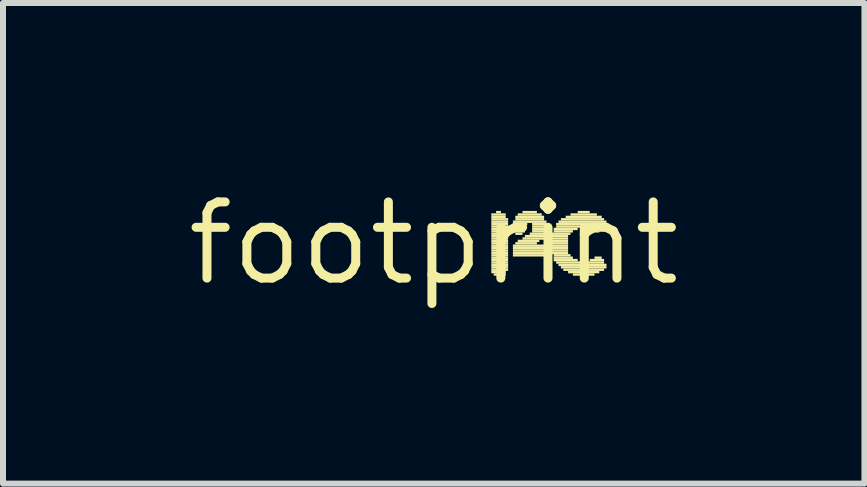
<source format=kicad_pcb>
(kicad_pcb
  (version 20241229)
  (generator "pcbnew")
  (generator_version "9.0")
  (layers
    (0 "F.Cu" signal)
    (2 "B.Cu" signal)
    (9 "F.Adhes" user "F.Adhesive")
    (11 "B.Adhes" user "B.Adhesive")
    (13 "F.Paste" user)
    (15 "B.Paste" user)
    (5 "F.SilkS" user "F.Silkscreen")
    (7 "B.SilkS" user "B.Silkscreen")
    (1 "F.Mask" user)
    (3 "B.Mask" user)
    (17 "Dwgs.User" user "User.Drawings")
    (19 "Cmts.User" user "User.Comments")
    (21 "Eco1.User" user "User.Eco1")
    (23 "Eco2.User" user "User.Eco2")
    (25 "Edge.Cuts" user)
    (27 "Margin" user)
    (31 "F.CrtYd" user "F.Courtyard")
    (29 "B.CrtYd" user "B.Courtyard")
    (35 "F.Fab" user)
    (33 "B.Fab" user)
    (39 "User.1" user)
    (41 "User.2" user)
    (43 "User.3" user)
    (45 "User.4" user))
  (footprint "footprint"
    (layer "F.Cu")
    (at 4.18 1.006)
    (property "Reference" "footprint" (at 0 0 0) (layer "F.SilkS") (effects (font (size 1.27 1.27) (thickness 0.15))))
    (fp_poly (pts (xy 0.96 -0.46) (xy 1.2 -0.46) (xy 1.2 -0.5) (xy 0.96 -0.5)) (stroke (width 0) (type solid)) (fill yes) (layer "F.SilkS"))
    (fp_poly (pts (xy 0.96 -0.42) (xy 1.2 -0.42) (xy 1.2 -0.46) (xy 0.96 -0.46)) (stroke (width 0) (type solid)) (fill yes) (layer "F.SilkS"))
    (fp_poly (pts (xy 0.96 -0.38) (xy 1.24 -0.38) (xy 1.24 -0.42) (xy 0.96 -0.42)) (stroke (width 0) (type solid)) (fill yes) (layer "F.SilkS"))
    (fp_poly (pts (xy 0.96 -0.34) (xy 1.24 -0.34) (xy 1.24 -0.38) (xy 0.96 -0.38)) (stroke (width 0) (type solid)) (fill yes) (layer "F.SilkS"))
    (fp_poly (pts (xy 0.96 -0.3) (xy 1.24 -0.3) (xy 1.24 -0.34) (xy 0.96 -0.34)) (stroke (width 0) (type solid)) (fill yes) (layer "F.SilkS"))
    (fp_poly (pts (xy 0.96 -0.26) (xy 1.24 -0.26) (xy 1.24 -0.3) (xy 0.96 -0.3)) (stroke (width 0) (type solid)) (fill yes) (layer "F.SilkS"))
    (fp_poly (pts (xy 0.96 -0.22) (xy 1.24 -0.22) (xy 1.24 -0.26) (xy 0.96 -0.26)) (stroke (width 0) (type solid)) (fill yes) (layer "F.SilkS"))
    (fp_poly (pts (xy 0.96 -0.18) (xy 1.24 -0.18) (xy 1.24 -0.22) (xy 0.96 -0.22)) (stroke (width 0) (type solid)) (fill yes) (layer "F.SilkS"))
    (fp_poly (pts (xy 0.96 -0.14) (xy 1.24 -0.14) (xy 1.24 -0.18) (xy 0.96 -0.18)) (stroke (width 0) (type solid)) (fill yes) (layer "F.SilkS"))
    (fp_poly (pts (xy 0.96 -0.1) (xy 1.24 -0.1) (xy 1.24 -0.14) (xy 0.96 -0.14)) (stroke (width 0) (type solid)) (fill yes) (layer "F.SilkS"))
    (fp_poly (pts (xy 0.96 -0.06) (xy 1.24 -0.06) (xy 1.24 -0.1) (xy 0.96 -0.1)) (stroke (width 0) (type solid)) (fill yes) (layer "F.SilkS"))
    (fp_poly (pts (xy 0.96 -0.02) (xy 1.24 -0.02) (xy 1.24 -0.06) (xy 0.96 -0.06)) (stroke (width 0) (type solid)) (fill yes) (layer "F.SilkS"))
    (fp_poly (pts (xy 0.96 0.02) (xy 1.24 0.02) (xy 1.24 -0.02) (xy 0.96 -0.02)) (stroke (width 0) (type solid)) (fill yes) (layer "F.SilkS"))
    (fp_poly (pts (xy 0.96 0.06) (xy 1.24 0.06) (xy 1.24 0.02) (xy 0.96 0.02)) (stroke (width 0) (type solid)) (fill yes) (layer "F.SilkS"))
    (fp_poly (pts (xy 0.96 0.1) (xy 1.24 0.1) (xy 1.24 0.06) (xy 0.96 0.06)) (stroke (width 0) (type solid)) (fill yes) (layer "F.SilkS"))
    (fp_poly (pts (xy 0.96 0.14) (xy 1.24 0.14) (xy 1.24 0.1) (xy 0.96 0.1)) (stroke (width 0) (type solid)) (fill yes) (layer "F.SilkS"))
    (fp_poly (pts (xy 0.96 0.18) (xy 1.24 0.18) (xy 1.24 0.14) (xy 0.96 0.14)) (stroke (width 0) (type solid)) (fill yes) (layer "F.SilkS"))
    (fp_poly (pts (xy 0.96 0.22) (xy 1.24 0.22) (xy 1.24 0.18) (xy 0.96 0.18)) (stroke (width 0) (type solid)) (fill yes) (layer "F.SilkS"))
    (fp_poly (pts (xy 0.96 0.26) (xy 1.24 0.26) (xy 1.24 0.22) (xy 0.96 0.22)) (stroke (width 0) (type solid)) (fill yes) (layer "F.SilkS"))
    (fp_poly (pts (xy 0.96 0.3) (xy 1.24 0.3) (xy 1.24 0.26) (xy 0.96 0.26)) (stroke (width 0) (type solid)) (fill yes) (layer "F.SilkS"))
    (fp_poly (pts (xy 0.96 0.34) (xy 1.24 0.34) (xy 1.24 0.3) (xy 0.96 0.3)) (stroke (width 0) (type solid)) (fill yes) (layer "F.SilkS"))
    (fp_poly (pts (xy 0.96 0.38) (xy 1.24 0.38) (xy 1.24 0.34) (xy 0.96 0.34)) (stroke (width 0) (type solid)) (fill yes) (layer "F.SilkS"))
    (fp_poly (pts (xy 0.96 0.42) (xy 1.24 0.42) (xy 1.24 0.38) (xy 0.96 0.38)) (stroke (width 0) (type solid)) (fill yes) (layer "F.SilkS"))
    (fp_poly (pts (xy 0.96 0.46) (xy 1.24 0.46) (xy 1.24 0.42) (xy 0.96 0.42)) (stroke (width 0) (type solid)) (fill yes) (layer "F.SilkS"))
    (fp_poly (pts (xy 0.96 0.5) (xy 1.2 0.5) (xy 1.2 0.46) (xy 0.96 0.46)) (stroke (width 0) (type solid)) (fill yes) (layer "F.SilkS"))
    (fp_poly (pts (xy 1 0.54) (xy 1.2 0.54) (xy 1.2 0.5) (xy 1 0.5)) (stroke (width 0) (type solid)) (fill yes) (layer "F.SilkS"))
    (fp_poly (pts (xy 1.04 -0.5) (xy 1.12 -0.5) (xy 1.12 -0.54) (xy 1.04 -0.54)) (stroke (width 0) (type solid)) (fill yes) (layer "F.SilkS"))
    (fp_poly (pts (xy 1.32 -0.34) (xy 1.88 -0.34) (xy 1.88 -0.38) (xy 1.32 -0.38)) (stroke (width 0) (type solid)) (fill yes) (layer "F.SilkS"))
    (fp_poly (pts (xy 1.32 -0.3) (xy 1.56 -0.3) (xy 1.56 -0.34) (xy 1.32 -0.34)) (stroke (width 0) (type solid)) (fill yes) (layer "F.SilkS"))
    (fp_poly (pts (xy 1.32 -0.26) (xy 1.52 -0.26) (xy 1.52 -0.3) (xy 1.32 -0.3)) (stroke (width 0) (type solid)) (fill yes) (layer "F.SilkS"))
    (fp_poly (pts (xy 1.32 -0.22) (xy 1.52 -0.22) (xy 1.52 -0.26) (xy 1.32 -0.26)) (stroke (width 0) (type solid)) (fill yes) (layer "F.SilkS"))
    (fp_poly (pts (xy 1.32 -0.18) (xy 1.52 -0.18) (xy 1.52 -0.22) (xy 1.32 -0.22)) (stroke (width 0) (type solid)) (fill yes) (layer "F.SilkS"))
    (fp_poly (pts (xy 1.32 0.06) (xy 1.88 0.06) (xy 1.88 0.02) (xy 1.32 0.02)) (stroke (width 0) (type solid)) (fill yes) (layer "F.SilkS"))
    (fp_poly (pts (xy 1.32 0.1) (xy 1.92 0.1) (xy 1.92 0.06) (xy 1.32 0.06)) (stroke (width 0) (type solid)) (fill yes) (layer "F.SilkS"))
    (fp_poly (pts (xy 1.32 0.14) (xy 1.92 0.14) (xy 1.92 0.1) (xy 1.32 0.1)) (stroke (width 0) (type solid)) (fill yes) (layer "F.SilkS"))
    (fp_poly (pts (xy 1.32 0.18) (xy 1.92 0.18) (xy 1.92 0.14) (xy 1.32 0.14)) (stroke (width 0) (type solid)) (fill yes) (layer "F.SilkS"))
    (fp_poly (pts (xy 1.32 0.22) (xy 1.92 0.22) (xy 1.92 0.18) (xy 1.32 0.18)) (stroke (width 0) (type solid)) (fill yes) (layer "F.SilkS"))
    (fp_poly (pts (xy 1.36 -0.42) (xy 1.84 -0.42) (xy 1.84 -0.46) (xy 1.36 -0.46)) (stroke (width 0) (type solid)) (fill yes) (layer "F.SilkS"))
    (fp_poly (pts (xy 1.36 -0.38) (xy 1.84 -0.38) (xy 1.84 -0.42) (xy 1.36 -0.42)) (stroke (width 0) (type solid)) (fill yes) (layer "F.SilkS"))
    (fp_poly (pts (xy 1.36 -0.14) (xy 1.48 -0.14) (xy 1.48 -0.18) (xy 1.36 -0.18)) (stroke (width 0) (type solid)) (fill yes) (layer "F.SilkS"))
    (fp_poly (pts (xy 1.36 0.02) (xy 1.72 0.02) (xy 1.72 -0.02) (xy 1.36 -0.02)) (stroke (width 0) (type solid)) (fill yes) (layer "F.SilkS"))
    (fp_poly (pts (xy 1.4 -0.46) (xy 1.8 -0.46) (xy 1.8 -0.5) (xy 1.4 -0.5)) (stroke (width 0) (type solid)) (fill yes) (layer "F.SilkS"))
    (fp_poly (pts (xy 1.4 -0.02) (xy 1.76 -0.02) (xy 1.76 -0.06) (xy 1.4 -0.06)) (stroke (width 0) (type solid)) (fill yes) (layer "F.SilkS"))
    (fp_poly (pts (xy 1.48 -0.5) (xy 1.72 -0.5) (xy 1.72 -0.54) (xy 1.48 -0.54)) (stroke (width 0) (type solid)) (fill yes) (layer "F.SilkS"))
    (fp_poly (pts (xy 1.48 -0.06) (xy 1.84 -0.06) (xy 1.84 -0.1) (xy 1.48 -0.1)) (stroke (width 0) (type solid)) (fill yes) (layer "F.SilkS"))
    (fp_poly (pts (xy 1.52 -0.1) (xy 1.84 -0.1) (xy 1.84 -0.14) (xy 1.52 -0.14)) (stroke (width 0) (type solid)) (fill yes) (layer "F.SilkS"))
    (fp_poly (pts (xy 1.6 -0.14) (xy 1.88 -0.14) (xy 1.88 -0.18) (xy 1.6 -0.18)) (stroke (width 0) (type solid)) (fill yes) (layer "F.SilkS"))
    (fp_poly (pts (xy 1.64 -0.3) (xy 1.88 -0.3) (xy 1.88 -0.34) (xy 1.64 -0.34)) (stroke (width 0) (type solid)) (fill yes) (layer "F.SilkS"))
    (fp_poly (pts (xy 1.64 -0.26) (xy 1.88 -0.26) (xy 1.88 -0.3) (xy 1.64 -0.3)) (stroke (width 0) (type solid)) (fill yes) (layer "F.SilkS"))
    (fp_poly (pts (xy 1.64 -0.22) (xy 1.88 -0.22) (xy 1.88 -0.26) (xy 1.64 -0.26)) (stroke (width 0) (type solid)) (fill yes) (layer "F.SilkS"))
    (fp_poly (pts (xy 1.64 -0.18) (xy 1.88 -0.18) (xy 1.88 -0.22) (xy 1.64 -0.22)) (stroke (width 0) (type solid)) (fill yes) (layer "F.SilkS"))
    (fp_poly (pts (xy 1.96 -0.14) (xy 2.28 -0.14) (xy 2.28 -0.18) (xy 1.96 -0.18)) (stroke (width 0) (type solid)) (fill yes) (layer "F.SilkS"))
    (fp_poly (pts (xy 1.96 -0.1) (xy 2.24 -0.1) (xy 2.24 -0.14) (xy 1.96 -0.14)) (stroke (width 0) (type solid)) (fill yes) (layer "F.SilkS"))
    (fp_poly (pts (xy 1.96 -0.06) (xy 2.24 -0.06) (xy 2.24 -0.1) (xy 1.96 -0.1)) (stroke (width 0) (type solid)) (fill yes) (layer "F.SilkS"))
    (fp_poly (pts (xy 1.96 -0.02) (xy 2.24 -0.02) (xy 2.24 -0.06) (xy 1.96 -0.06)) (stroke (width 0) (type solid)) (fill yes) (layer "F.SilkS"))
    (fp_poly (pts (xy 1.96 0.02) (xy 2.24 0.02) (xy 2.24 -0.02) (xy 1.96 -0.02)) (stroke (width 0) (type solid)) (fill yes) (layer "F.SilkS"))
    (fp_poly (pts (xy 1.96 0.06) (xy 2.24 0.06) (xy 2.24 0.02) (xy 1.96 0.02)) (stroke (width 0) (type solid)) (fill yes) (layer "F.SilkS"))
    (fp_poly (pts (xy 1.96 0.1) (xy 2.24 0.1) (xy 2.24 0.06) (xy 1.96 0.06)) (stroke (width 0) (type solid)) (fill yes) (layer "F.SilkS"))
    (fp_poly (pts (xy 1.96 0.14) (xy 2.24 0.14) (xy 2.24 0.1) (xy 1.96 0.1)) (stroke (width 0) (type solid)) (fill yes) (layer "F.SilkS"))
    (fp_poly (pts (xy 1.96 0.18) (xy 2.24 0.18) (xy 2.24 0.14) (xy 1.96 0.14)) (stroke (width 0) (type solid)) (fill yes) (layer "F.SilkS"))
    (fp_poly (pts (xy 2 -0.22) (xy 2.4 -0.22) (xy 2.4 -0.26) (xy 2 -0.26)) (stroke (width 0) (type solid)) (fill yes) (layer "F.SilkS"))
    (fp_poly (pts (xy 2 -0.18) (xy 2.32 -0.18) (xy 2.32 -0.22) (xy 2 -0.22)) (stroke (width 0) (type solid)) (fill yes) (layer "F.SilkS"))
    (fp_poly (pts (xy 2 0.22) (xy 2.28 0.22) (xy 2.28 0.18) (xy 2 0.18)) (stroke (width 0) (type solid)) (fill yes) (layer "F.SilkS"))
    (fp_poly (pts (xy 2 0.26) (xy 2.32 0.26) (xy 2.32 0.22) (xy 2 0.22)) (stroke (width 0) (type solid)) (fill yes) (layer "F.SilkS"))
    (fp_poly (pts (xy 2 0.3) (xy 2.4 0.3) (xy 2.4 0.26) (xy 2 0.26)) (stroke (width 0) (type solid)) (fill yes) (layer "F.SilkS"))
    (fp_poly (pts (xy 2.04 -0.3) (xy 2.88 -0.3) (xy 2.88 -0.34) (xy 2.04 -0.34)) (stroke (width 0) (type solid)) (fill yes) (layer "F.SilkS"))
    (fp_poly (pts (xy 2.04 -0.26) (xy 2.84 -0.26) (xy 2.84 -0.3) (xy 2.04 -0.3)) (stroke (width 0) (type solid)) (fill yes) (layer "F.SilkS"))
    (fp_poly (pts (xy 2.04 0.34) (xy 2.84 0.34) (xy 2.84 0.3) (xy 2.04 0.3)) (stroke (width 0) (type solid)) (fill yes) (layer "F.SilkS"))
    (fp_poly (pts (xy 2.08 -0.34) (xy 2.88 -0.34) (xy 2.88 -0.38) (xy 2.08 -0.38)) (stroke (width 0) (type solid)) (fill yes) (layer "F.SilkS"))
    (fp_poly (pts (xy 2.08 0.38) (xy 2.88 0.38) (xy 2.88 0.34) (xy 2.08 0.34)) (stroke (width 0) (type solid)) (fill yes) (layer "F.SilkS"))
    (fp_poly (pts (xy 2.12 -0.38) (xy 2.84 -0.38) (xy 2.84 -0.42) (xy 2.12 -0.42)) (stroke (width 0) (type solid)) (fill yes) (layer "F.SilkS"))
    (fp_poly (pts (xy 2.12 0.42) (xy 2.88 0.42) (xy 2.88 0.38) (xy 2.12 0.38)) (stroke (width 0) (type solid)) (fill yes) (layer "F.SilkS"))
    (fp_poly (pts (xy 2.16 0.46) (xy 2.84 0.46) (xy 2.84 0.42) (xy 2.16 0.42)) (stroke (width 0) (type solid)) (fill yes) (layer "F.SilkS"))
    (fp_poly (pts (xy 2.2 -0.42) (xy 2.8 -0.42) (xy 2.8 -0.46) (xy 2.2 -0.46)) (stroke (width 0) (type solid)) (fill yes) (layer "F.SilkS"))
    (fp_poly (pts (xy 2.24 0.5) (xy 2.76 0.5) (xy 2.76 0.46) (xy 2.24 0.46)) (stroke (width 0) (type solid)) (fill yes) (layer "F.SilkS"))
    (fp_poly (pts (xy 2.28 -0.46) (xy 2.72 -0.46) (xy 2.72 -0.5) (xy 2.28 -0.5)) (stroke (width 0) (type solid)) (fill yes) (layer "F.SilkS"))
    (fp_poly (pts (xy 2.32 0.54) (xy 2.68 0.54) (xy 2.68 0.5) (xy 2.32 0.5)) (stroke (width 0) (type solid)) (fill yes) (layer "F.SilkS"))
    (fp_poly (pts (xy 2.4 -0.5) (xy 2.6 -0.5) (xy 2.6 -0.54) (xy 2.4 -0.54)) (stroke (width 0) (type solid)) (fill yes) (layer "F.SilkS"))
    (fp_poly (pts (xy 2.48 0.58) (xy 2.52 0.58) (xy 2.52 0.54) (xy 2.48 0.54)) (stroke (width 0) (type solid)) (fill yes) (layer "F.SilkS"))
    (fp_poly (pts (xy 2.6 -0.22) (xy 2.8 -0.22) (xy 2.8 -0.26) (xy 2.6 -0.26)) (stroke (width 0) (type solid)) (fill yes) (layer "F.SilkS"))
    (fp_poly (pts (xy 2.6 0.3) (xy 2.84 0.3) (xy 2.84 0.26) (xy 2.6 0.26)) (stroke (width 0) (type solid)) (fill yes) (layer "F.SilkS"))
    (fp_poly (pts (xy 2.68 -0.18) (xy 2.76 -0.18) (xy 2.76 -0.22) (xy 2.68 -0.22)) (stroke (width 0) (type solid)) (fill yes) (layer "F.SilkS"))
    (fp_poly (pts (xy 2.68 0.26) (xy 2.8 0.26) (xy 2.8 0.22) (xy 2.68 0.22)) (stroke (width 0) (type solid)) (fill yes) (layer "F.SilkS")))
  (gr_rect
    (start -3 -3)
    (end 11.36 5.012)
    (stroke (width 0.1) (type default))
    (fill no)
    (layer "Edge.Cuts")))
</source>
